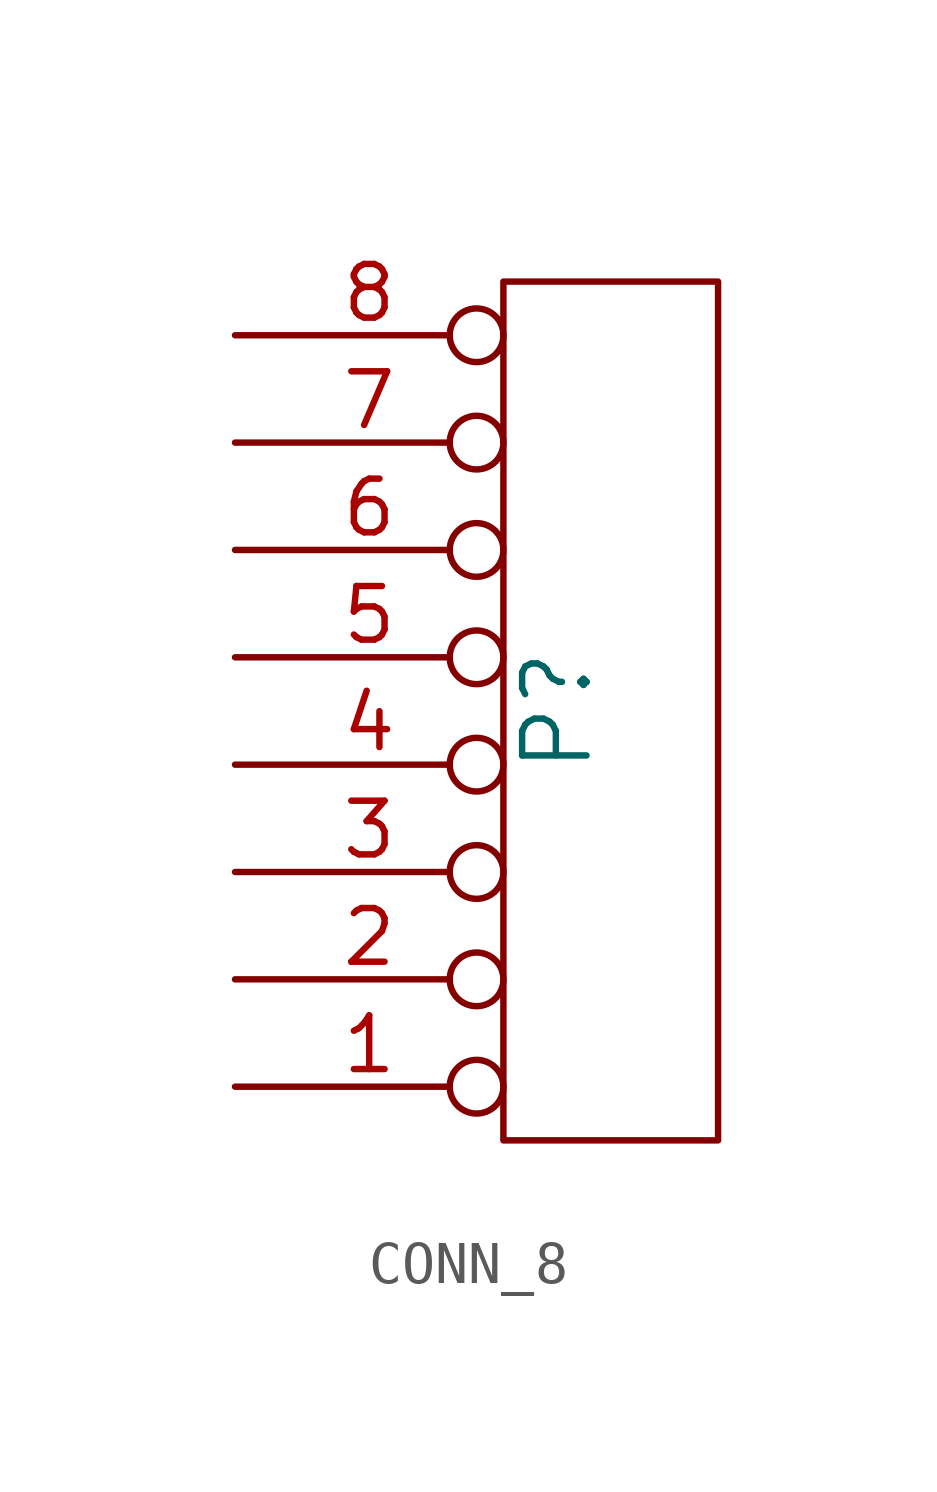
<source format=kicad_sym>
(kicad_symbol_lib
  (version 20211014)
  (generator kicad_symbol_editor)
  (symbol "CONN_8"
    (pin_names
      (offset 1.016) hide)
    (property "Reference" "P"
      (at -1.27 0 90)
      (effects (font (size 1.524 1.524))))
    (property "Footprint" ""
      (at 0 0 0)
      (effects (font (size 1.524 1.524))))
    (property "Datasheet" ""
      (at 0 0 0)
      (effects (font (size 1.524 1.524))))
    (symbol "CONN_8_0_1"
      (rectangle (start -2.54 10.16) (end 2.54 -10.16) (stroke (width 0) (type default) (color 0 0 0 0)) (fill (type none))))
    (symbol "CONN_8_1_1"
      (pin passive inverted (at -8.89 -8.89 0) (length 6.35) (name "P1" (effects (font (size 1.27 1.27)))) (number "1" (effects (font (size 1.27 1.27)))))
      (pin passive inverted (at -8.89 -6.35 0) (length 6.35) (name "P2" (effects (font (size 1.27 1.27)))) (number "2" (effects (font (size 1.27 1.27)))))
      (pin passive inverted (at -8.89 -3.81 0) (length 6.35) (name "P3" (effects (font (size 1.27 1.27)))) (number "3" (effects (font (size 1.27 1.27)))))
      (pin passive inverted (at -8.89 -1.27 0) (length 6.35) (name "P4" (effects (font (size 1.27 1.27)))) (number "4" (effects (font (size 1.27 1.27)))))
      (pin passive inverted (at -8.89 1.27 0) (length 6.35) (name "P5" (effects (font (size 1.27 1.27)))) (number "5" (effects (font (size 1.27 1.27)))))
      (pin passive inverted (at -8.89 3.81 0) (length 6.35) (name "P6" (effects (font (size 1.27 1.27)))) (number "6" (effects (font (size 1.27 1.27)))))
      (pin passive inverted (at -8.89 6.35 0) (length 6.35) (name "P7" (effects (font (size 1.27 1.27)))) (number "7" (effects (font (size 1.27 1.27)))))
      (pin passive inverted (at -8.89 8.89 0) (length 6.35) (name "P8" (effects (font (size 1.27 1.27)))) (number "8" (effects (font (size 1.27 1.27))))))))
</source>
